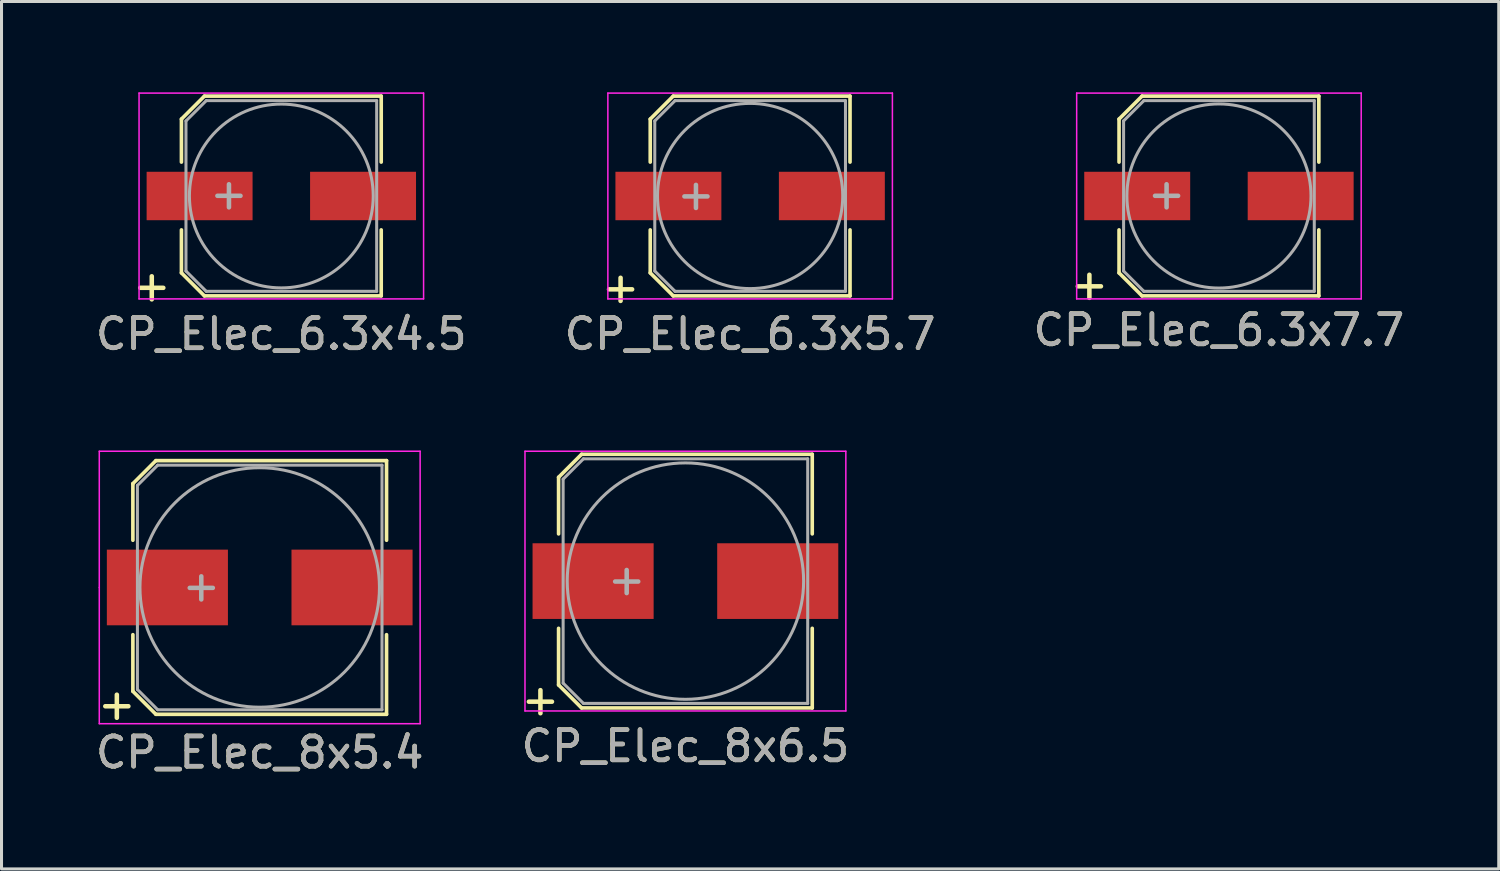
<source format=kicad_pcb>
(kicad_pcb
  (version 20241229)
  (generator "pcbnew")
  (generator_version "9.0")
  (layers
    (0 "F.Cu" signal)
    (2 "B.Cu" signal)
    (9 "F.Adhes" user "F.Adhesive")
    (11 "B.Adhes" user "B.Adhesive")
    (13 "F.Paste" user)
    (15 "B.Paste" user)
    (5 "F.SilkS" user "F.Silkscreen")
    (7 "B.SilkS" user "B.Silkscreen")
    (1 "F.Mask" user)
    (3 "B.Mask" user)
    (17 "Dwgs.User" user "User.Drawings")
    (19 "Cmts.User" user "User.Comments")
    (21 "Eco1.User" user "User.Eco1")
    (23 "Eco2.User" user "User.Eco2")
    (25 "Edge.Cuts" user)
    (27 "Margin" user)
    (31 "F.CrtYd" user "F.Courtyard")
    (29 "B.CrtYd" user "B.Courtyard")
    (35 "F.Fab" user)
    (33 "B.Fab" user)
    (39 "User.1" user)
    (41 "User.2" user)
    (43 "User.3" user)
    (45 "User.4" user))
  (footprint "CP_Elec_8x6.5"
    (layer "F.Cu")
    (at 19.594 16.148)
    (property "Reference" "CP_Elec_8x6.5" (at 0 5.45 0) (layer "F.SilkS") (effects (font (size 1 1) (thickness 0.15))))
    (attr smd)
    (fp_line (start -4.19 -3.43) (end -4.19 -1.56) (stroke (width 0.12) (type solid)) (layer "F.SilkS"))
    (fp_line (start -4.19 -3.43) (end -3.43 -4.19) (stroke (width 0.12) (type solid)) (layer "F.SilkS"))
    (fp_line (start -4.19 3.43) (end -4.19 1.56) (stroke (width 0.12) (type solid)) (layer "F.SilkS"))
    (fp_line (start -3.43 -4.19) (end 4.19 -4.19) (stroke (width 0.12) (type solid)) (layer "F.SilkS"))
    (fp_line (start -3.43 4.19) (end -4.19 3.43) (stroke (width 0.12) (type solid)) (layer "F.SilkS"))
    (fp_line (start 4.19 -4.19) (end 4.19 -1.56) (stroke (width 0.12) (type solid)) (layer "F.SilkS"))
    (fp_line (start 4.19 4.19) (end -3.43 4.19) (stroke (width 0.12) (type solid)) (layer "F.SilkS"))
    (fp_line (start 4.19 4.19) (end 4.19 1.56) (stroke (width 0.12) (type solid)) (layer "F.SilkS"))
    (fp_line (start -5.3 -4.29) (end -5.3 4.29) (stroke (width 0.05) (type solid)) (layer "F.CrtYd"))
    (fp_line (start -5.3 -4.29) (end 5.3 -4.29) (stroke (width 0.05) (type solid)) (layer "F.CrtYd"))
    (fp_line (start 5.3 4.29) (end -5.3 4.29) (stroke (width 0.05) (type solid)) (layer "F.CrtYd"))
    (fp_line (start 5.3 4.29) (end 5.3 -4.29) (stroke (width 0.05) (type solid)) (layer "F.CrtYd"))
    (fp_line (start -4.04 -3.37) (end -4.04 3.37) (stroke (width 0.1) (type solid)) (layer "F.Fab"))
    (fp_line (start -4.04 3.37) (end -3.37 4.04) (stroke (width 0.1) (type solid)) (layer "F.Fab"))
    (fp_line (start -3.37 -4.04) (end -4.04 -3.37) (stroke (width 0.1) (type solid)) (layer "F.Fab"))
    (fp_line (start -3.37 4.04) (end 4.04 4.04) (stroke (width 0.1) (type solid)) (layer "F.Fab"))
    (fp_line (start 4.04 -4.04) (end -3.37 -4.04) (stroke (width 0.1) (type solid)) (layer "F.Fab"))
    (fp_line (start 4.04 4.04) (end 4.04 -4.04) (stroke (width 0.1) (type solid)) (layer "F.Fab"))
    (fp_circle (center 0 0) (end 0.9 3.8) (stroke (width 0.1) (type solid)) (fill no) (layer "F.Fab"))
    (fp_text user "+" (at -4.79 3.91 0) (layer "F.SilkS") (effects (font (size 1 1) (thickness 0.15))))
    (fp_text user "${REFERENCE}" (at 0 5.45 0) (layer "F.Fab") (effects (font (size 1 1) (thickness 0.15))))
    (fp_text user "+" (at -1.94 -0.06 0) (layer "F.Fab") (effects (font (size 1 1) (thickness 0.15))))
    (pad "1" smd rect (at -3.05 0 180) (size 4 2.5) (layers "F.Cu" "F.Mask" "F.Paste"))
    (pad "2" smd rect (at 3.05 0 180) (size 4 2.5) (layers "F.Cu" "F.Mask" "F.Paste")))
  (footprint "CP_Elec_6.3x7.7"
    (layer "F.Cu")
    (at 37.22 3.425)
    (property "Reference" "CP_Elec_6.3x7.7" (at 0 4.43 0) (layer "F.SilkS") (effects (font (size 1 1) (thickness 0.15))))
    (attr smd)
    (fp_line (start -3.3 -2.54) (end -3.3 -1.12) (stroke (width 0.12) (type solid)) (layer "F.SilkS"))
    (fp_line (start -3.3 -2.54) (end -2.54 -3.3) (stroke (width 0.12) (type solid)) (layer "F.SilkS"))
    (fp_line (start -3.3 2.54) (end -3.3 1.12) (stroke (width 0.12) (type solid)) (layer "F.SilkS"))
    (fp_line (start -2.54 -3.3) (end 3.3 -3.3) (stroke (width 0.12) (type solid)) (layer "F.SilkS"))
    (fp_line (start -2.54 3.3) (end -3.3 2.54) (stroke (width 0.12) (type solid)) (layer "F.SilkS"))
    (fp_line (start 3.3 -3.3) (end 3.3 -1.12) (stroke (width 0.12) (type solid)) (layer "F.SilkS"))
    (fp_line (start 3.3 3.3) (end -2.54 3.3) (stroke (width 0.12) (type solid)) (layer "F.SilkS"))
    (fp_line (start 3.3 3.3) (end 3.3 1.12) (stroke (width 0.12) (type solid)) (layer "F.SilkS"))
    (fp_line (start -4.7 -3.4) (end -4.7 3.4) (stroke (width 0.05) (type solid)) (layer "F.CrtYd"))
    (fp_line (start -4.7 -3.4) (end 4.7 -3.4) (stroke (width 0.05) (type solid)) (layer "F.CrtYd"))
    (fp_line (start 4.7 3.4) (end -4.7 3.4) (stroke (width 0.05) (type solid)) (layer "F.CrtYd"))
    (fp_line (start 4.7 3.4) (end 4.7 -3.4) (stroke (width 0.05) (type solid)) (layer "F.CrtYd"))
    (fp_line (start -3.15 -2.48) (end -3.15 2.48) (stroke (width 0.1) (type solid)) (layer "F.Fab"))
    (fp_line (start -3.15 2.48) (end -2.48 3.15) (stroke (width 0.1) (type solid)) (layer "F.Fab"))
    (fp_line (start -2.48 -3.15) (end -3.15 -2.48) (stroke (width 0.1) (type solid)) (layer "F.Fab"))
    (fp_line (start -2.48 3.15) (end 3.15 3.15) (stroke (width 0.1) (type solid)) (layer "F.Fab"))
    (fp_line (start 3.15 -3.15) (end -2.48 -3.15) (stroke (width 0.1) (type solid)) (layer "F.Fab"))
    (fp_line (start 3.15 3.15) (end 3.15 -3.15) (stroke (width 0.1) (type solid)) (layer "F.Fab"))
    (fp_circle (center 0 0) (end 0.5 3) (stroke (width 0.1) (type solid)) (fill no) (layer "F.Fab"))
    (fp_text user "+" (at -4.28 2.91 0) (layer "F.SilkS") (effects (font (size 1 1) (thickness 0.15))))
    (fp_text user "${REFERENCE}" (at 0 4.43 0) (layer "F.Fab") (effects (font (size 1 1) (thickness 0.15))))
    (fp_text user "+" (at -1.73 -0.08 0) (layer "F.Fab") (effects (font (size 1 1) (thickness 0.15))))
    (pad "1" smd rect (at -2.7 0 180) (size 3.5 1.6) (layers "F.Cu" "F.Mask" "F.Paste"))
    (pad "2" smd rect (at 2.7 0 180) (size 3.5 1.6) (layers "F.Cu" "F.Mask" "F.Paste")))
  (footprint "CP_Elec_8x5.4"
    (layer "F.Cu")
    (at 5.53 16.358)
    (property "Reference" "CP_Elec_8x5.4" (at 0 5.45 0) (layer "F.SilkS") (effects (font (size 1 1) (thickness 0.15))))
    (attr smd)
    (fp_line (start -4.19 -3.43) (end -4.19 -1.56) (stroke (width 0.12) (type solid)) (layer "F.SilkS"))
    (fp_line (start -4.19 -3.43) (end -3.43 -4.19) (stroke (width 0.12) (type solid)) (layer "F.SilkS"))
    (fp_line (start -4.19 3.43) (end -4.19 1.56) (stroke (width 0.12) (type solid)) (layer "F.SilkS"))
    (fp_line (start -3.43 -4.19) (end 4.19 -4.19) (stroke (width 0.12) (type solid)) (layer "F.SilkS"))
    (fp_line (start -3.43 4.19) (end -4.19 3.43) (stroke (width 0.12) (type solid)) (layer "F.SilkS"))
    (fp_line (start 4.19 -4.19) (end 4.19 -1.56) (stroke (width 0.12) (type solid)) (layer "F.SilkS"))
    (fp_line (start 4.19 4.19) (end -3.43 4.19) (stroke (width 0.12) (type solid)) (layer "F.SilkS"))
    (fp_line (start 4.19 4.19) (end 4.19 1.56) (stroke (width 0.12) (type solid)) (layer "F.SilkS"))
    (fp_line (start -5.3 -4.5) (end -5.3 0) (stroke (width 0.05) (type solid)) (layer "F.CrtYd"))
    (fp_line (start -5.3 0) (end -5.3 4.5) (stroke (width 0.05) (type solid)) (layer "F.CrtYd"))
    (fp_line (start -5.3 4.5) (end 5.3 4.5) (stroke (width 0.05) (type solid)) (layer "F.CrtYd"))
    (fp_line (start 5.3 -4.5) (end -5.3 -4.5) (stroke (width 0.05) (type solid)) (layer "F.CrtYd"))
    (fp_line (start 5.3 4.5) (end 5.3 -4.5) (stroke (width 0.05) (type solid)) (layer "F.CrtYd"))
    (fp_line (start -4.04 -3.37) (end -4.04 3.37) (stroke (width 0.1) (type solid)) (layer "F.Fab"))
    (fp_line (start -4.04 3.37) (end -3.37 4.04) (stroke (width 0.1) (type solid)) (layer "F.Fab"))
    (fp_line (start -3.37 -4.04) (end -4.04 -3.37) (stroke (width 0.1) (type solid)) (layer "F.Fab"))
    (fp_line (start -3.37 4.04) (end 4.04 4.04) (stroke (width 0.1) (type solid)) (layer "F.Fab"))
    (fp_line (start 4.04 -4.04) (end -3.37 -4.04) (stroke (width 0.1) (type solid)) (layer "F.Fab"))
    (fp_line (start 4.04 4.04) (end 4.04 -4.04) (stroke (width 0.1) (type solid)) (layer "F.Fab"))
    (fp_circle (center 0 0) (end 1.1 3.8) (stroke (width 0.1) (type solid)) (fill no) (layer "F.Fab"))
    (fp_text user "+" (at -4.72 3.85 0) (layer "F.SilkS") (effects (font (size 1 1) (thickness 0.15))))
    (fp_text user "+" (at -1.93 -0.06 0) (layer "F.Fab") (effects (font (size 1 1) (thickness 0.15))))
    (fp_text user "${REFERENCE}" (at 0 5.45 0) (layer "F.Fab") (effects (font (size 1 1) (thickness 0.15))))
    (pad "1" smd rect (at -3.05 0 180) (size 4 2.5) (layers "F.Cu" "F.Mask" "F.Paste"))
    (pad "2" smd rect (at 3.05 0 180) (size 4 2.5) (layers "F.Cu" "F.Mask" "F.Paste")))
  (footprint "CP_Elec_6.3x4.5"
    (layer "F.Cu")
    (at 6.244 3.425)
    (property "Reference" "CP_Elec_6.3x4.5" (at 0 4.56 0) (layer "F.SilkS") (effects (font (size 1 1) (thickness 0.15))))
    (attr smd)
    (fp_line (start -3.3 -2.54) (end -3.3 -1.12) (stroke (width 0.12) (type solid)) (layer "F.SilkS"))
    (fp_line (start -3.3 -2.54) (end -2.54 -3.3) (stroke (width 0.12) (type solid)) (layer "F.SilkS"))
    (fp_line (start -3.3 2.54) (end -3.3 1.12) (stroke (width 0.12) (type solid)) (layer "F.SilkS"))
    (fp_line (start -2.54 -3.3) (end 3.3 -3.3) (stroke (width 0.12) (type solid)) (layer "F.SilkS"))
    (fp_line (start -2.54 3.3) (end -3.3 2.54) (stroke (width 0.12) (type solid)) (layer "F.SilkS"))
    (fp_line (start 3.3 -3.3) (end 3.3 -1.12) (stroke (width 0.12) (type solid)) (layer "F.SilkS"))
    (fp_line (start 3.3 3.3) (end -2.54 3.3) (stroke (width 0.12) (type solid)) (layer "F.SilkS"))
    (fp_line (start 3.3 3.3) (end 3.3 1.12) (stroke (width 0.12) (type solid)) (layer "F.SilkS"))
    (fp_line (start -4.7 -3.4) (end -4.7 3.4) (stroke (width 0.05) (type solid)) (layer "F.CrtYd"))
    (fp_line (start -4.7 -3.4) (end 4.7 -3.4) (stroke (width 0.05) (type solid)) (layer "F.CrtYd"))
    (fp_line (start 4.7 3.4) (end -4.7 3.4) (stroke (width 0.05) (type solid)) (layer "F.CrtYd"))
    (fp_line (start 4.7 3.4) (end 4.7 -3.4) (stroke (width 0.05) (type solid)) (layer "F.CrtYd"))
    (fp_line (start -3.15 -2.48) (end -3.15 2.48) (stroke (width 0.1) (type solid)) (layer "F.Fab"))
    (fp_line (start -3.15 2.48) (end -2.48 3.15) (stroke (width 0.1) (type solid)) (layer "F.Fab"))
    (fp_line (start -2.48 -3.15) (end -3.15 -2.48) (stroke (width 0.1) (type solid)) (layer "F.Fab"))
    (fp_line (start -2.48 3.15) (end 3.15 3.15) (stroke (width 0.1) (type solid)) (layer "F.Fab"))
    (fp_line (start 3.15 -3.15) (end -2.48 -3.15) (stroke (width 0.1) (type solid)) (layer "F.Fab"))
    (fp_line (start 3.15 3.15) (end 3.15 -3.15) (stroke (width 0.1) (type solid)) (layer "F.Fab"))
    (fp_circle (center 0 0) (end 0.9 2.9) (stroke (width 0.1) (type solid)) (fill no) (layer "F.Fab"))
    (fp_text user "+" (at -4.28 2.96 0) (layer "F.SilkS") (effects (font (size 1 1) (thickness 0.15))))
    (fp_text user "${REFERENCE}" (at 0 4.56 0) (layer "F.Fab") (effects (font (size 1 1) (thickness 0.15))))
    (fp_text user "+" (at -1.73 -0.08 0) (layer "F.Fab") (effects (font (size 1 1) (thickness 0.15))))
    (pad "1" smd rect (at -2.7 0 180) (size 3.5 1.6) (layers "F.Cu" "F.Mask" "F.Paste"))
    (pad "2" smd rect (at 2.7 0 180) (size 3.5 1.6) (layers "F.Cu" "F.Mask" "F.Paste")))
  (footprint "CP_Elec_6.3x5.7"
    (layer "F.Cu")
    (at 21.732 3.425)
    (property "Reference" "CP_Elec_6.3x5.7" (at 0 4.56 0) (layer "F.SilkS") (effects (font (size 1 1) (thickness 0.15))))
    (attr smd)
    (fp_line (start -3.3 -2.54) (end -3.3 -1.12) (stroke (width 0.12) (type solid)) (layer "F.SilkS"))
    (fp_line (start -3.3 -2.54) (end -2.54 -3.3) (stroke (width 0.12) (type solid)) (layer "F.SilkS"))
    (fp_line (start -3.3 2.54) (end -3.3 1.12) (stroke (width 0.12) (type solid)) (layer "F.SilkS"))
    (fp_line (start -2.54 -3.3) (end 3.3 -3.3) (stroke (width 0.12) (type solid)) (layer "F.SilkS"))
    (fp_line (start -2.54 3.3) (end -3.3 2.54) (stroke (width 0.12) (type solid)) (layer "F.SilkS"))
    (fp_line (start 3.3 -3.3) (end 3.3 -1.12) (stroke (width 0.12) (type solid)) (layer "F.SilkS"))
    (fp_line (start 3.3 3.3) (end -2.54 3.3) (stroke (width 0.12) (type solid)) (layer "F.SilkS"))
    (fp_line (start 3.3 3.3) (end 3.3 1.12) (stroke (width 0.12) (type solid)) (layer "F.SilkS"))
    (fp_line (start -4.7 -3.4) (end -4.7 3.4) (stroke (width 0.05) (type solid)) (layer "F.CrtYd"))
    (fp_line (start -4.7 -3.4) (end 4.7 -3.4) (stroke (width 0.05) (type solid)) (layer "F.CrtYd"))
    (fp_line (start 4.7 3.4) (end -4.7 3.4) (stroke (width 0.05) (type solid)) (layer "F.CrtYd"))
    (fp_line (start 4.7 3.4) (end 4.7 -3.4) (stroke (width 0.05) (type solid)) (layer "F.CrtYd"))
    (fp_line (start -3.15 -2.48) (end -3.15 2.48) (stroke (width 0.1) (type solid)) (layer "F.Fab"))
    (fp_line (start -3.15 2.48) (end -2.48 3.15) (stroke (width 0.1) (type solid)) (layer "F.Fab"))
    (fp_line (start -2.48 -3.15) (end -3.15 -2.48) (stroke (width 0.1) (type solid)) (layer "F.Fab"))
    (fp_line (start -2.48 3.15) (end 3.15 3.15) (stroke (width 0.1) (type solid)) (layer "F.Fab"))
    (fp_line (start 3.15 -3.15) (end -2.48 -3.15) (stroke (width 0.1) (type solid)) (layer "F.Fab"))
    (fp_line (start 3.15 3.15) (end 3.15 -3.15) (stroke (width 0.1) (type solid)) (layer "F.Fab"))
    (fp_circle (center 0 0) (end 0.6 3) (stroke (width 0.1) (type solid)) (fill no) (layer "F.Fab"))
    (fp_text user "+" (at -4.28 3.01 0) (layer "F.SilkS") (effects (font (size 1 1) (thickness 0.15))))
    (fp_text user "${REFERENCE}" (at 0 4.56 0) (layer "F.Fab") (effects (font (size 1 1) (thickness 0.15))))
    (fp_text user "+" (at -1.79 -0.06 0) (layer "F.Fab") (effects (font (size 1 1) (thickness 0.15))))
    (pad "1" smd rect (at -2.7 0 180) (size 3.5 1.6) (layers "F.Cu" "F.Mask" "F.Paste"))
    (pad "2" smd rect (at 2.7 0 180) (size 3.5 1.6) (layers "F.Cu" "F.Mask" "F.Paste")))
  (gr_rect
    (start -3 -3)
    (end 46.464 25.657)
    (stroke (width 0.1) (type default))
    (fill no)
    (layer "Edge.Cuts")))
</source>
